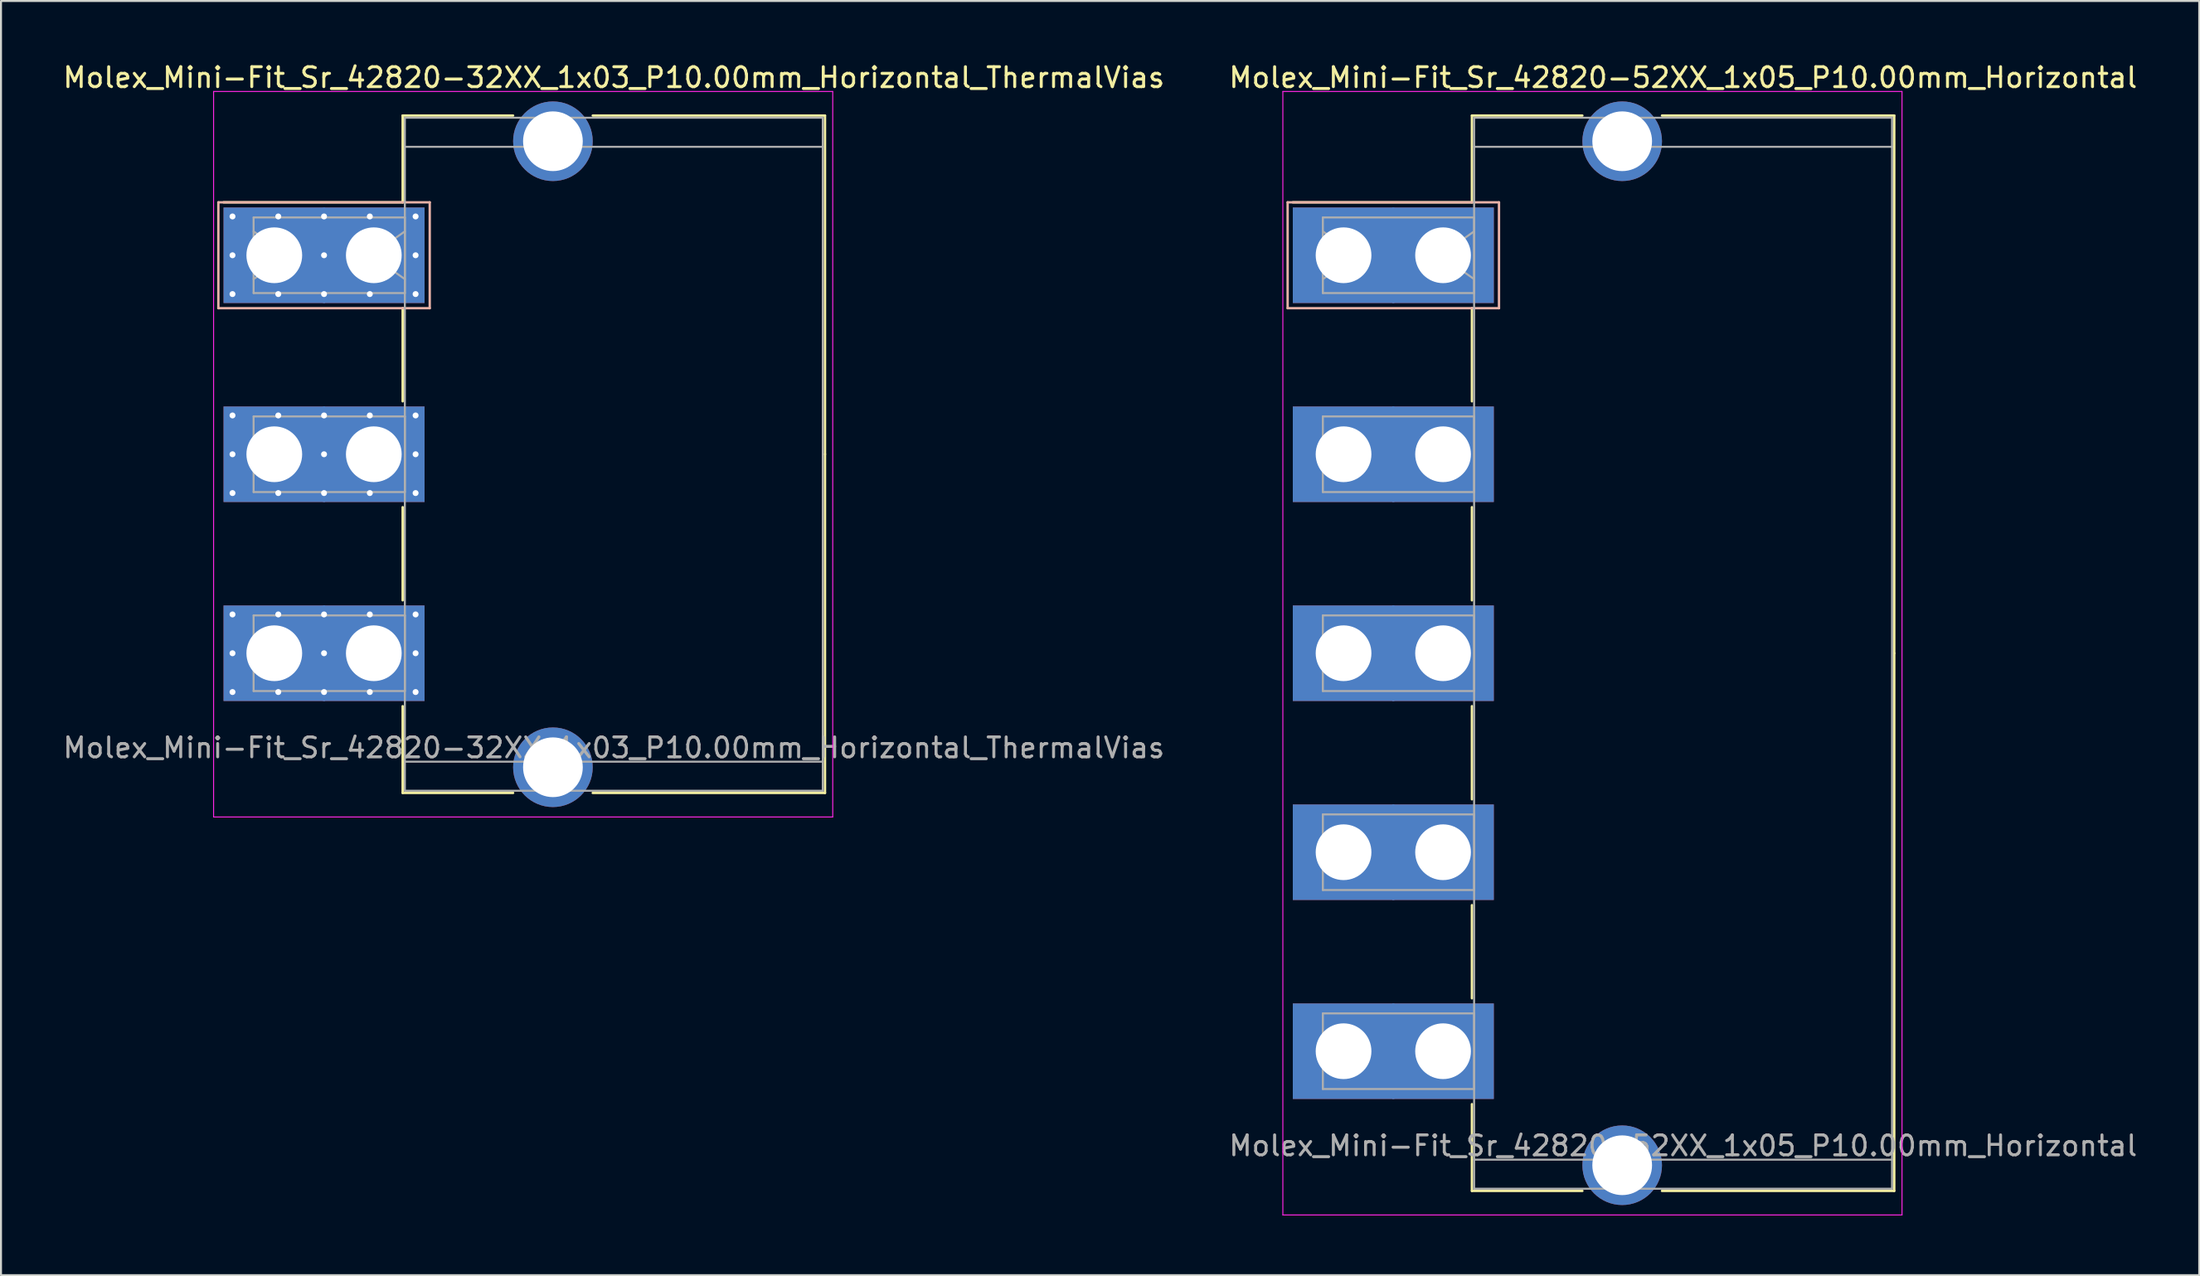
<source format=kicad_pcb>
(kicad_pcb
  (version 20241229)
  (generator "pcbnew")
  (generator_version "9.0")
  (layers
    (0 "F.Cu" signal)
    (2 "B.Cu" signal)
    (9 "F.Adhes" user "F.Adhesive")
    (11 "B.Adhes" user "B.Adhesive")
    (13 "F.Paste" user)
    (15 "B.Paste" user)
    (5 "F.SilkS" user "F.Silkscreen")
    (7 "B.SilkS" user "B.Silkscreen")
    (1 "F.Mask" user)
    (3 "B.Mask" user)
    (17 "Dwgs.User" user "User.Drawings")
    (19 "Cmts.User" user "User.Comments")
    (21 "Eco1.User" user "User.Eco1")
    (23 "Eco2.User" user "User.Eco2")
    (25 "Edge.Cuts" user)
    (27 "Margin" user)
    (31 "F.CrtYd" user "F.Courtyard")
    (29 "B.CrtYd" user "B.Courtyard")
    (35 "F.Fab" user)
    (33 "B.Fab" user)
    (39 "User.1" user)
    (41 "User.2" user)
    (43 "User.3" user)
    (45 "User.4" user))
  (footprint "Molex_Mini-Fit_Sr_42820-32XX_1x03_P10.00mm_Horizontal_ThermalVias"
    (layer "F.Cu")
    (at 10.732 9.778)
    (property "Reference" "Molex_Mini-Fit_Sr_42820-32XX_1x03_P10.00mm_Horizontal_ThermalVias" (at 17.06 -8.93 0) (layer "F.SilkS") (effects (font (size 1 1) (thickness 0.15))))
    (attr through_hole)
    (fp_line (start 6.45 -7.02) (end 12 -7.02) (stroke (width 0.12) (type solid)) (layer "F.SilkS"))
    (fp_line (start 6.45 -2.66) (end -2.55 -2.66) (stroke (width 0.12) (type solid)) (layer "F.SilkS"))
    (fp_line (start 6.45 -2.66) (end 6.45 -7.02) (stroke (width 0.12) (type solid)) (layer "F.SilkS"))
    (fp_line (start 6.45 2.66) (end 6.45 7.34) (stroke (width 0.12) (type solid)) (layer "F.SilkS"))
    (fp_line (start 6.45 12.66) (end 6.45 17.34) (stroke (width 0.12) (type solid)) (layer "F.SilkS"))
    (fp_line (start 6.45 22.66) (end 6.45 27.02) (stroke (width 0.12) (type solid)) (layer "F.SilkS"))
    (fp_line (start 6.45 27.02) (end 12 27.02) (stroke (width 0.12) (type solid)) (layer "F.SilkS"))
    (fp_line (start 16 -7.02) (end 27.67 -7.02) (stroke (width 0.12) (type solid)) (layer "F.SilkS"))
    (fp_line (start 16 27.02) (end 27.67 27.02) (stroke (width 0.12) (type solid)) (layer "F.SilkS"))
    (fp_line (start 27.67 -7.02) (end 27.67 10) (stroke (width 0.12) (type solid)) (layer "F.SilkS"))
    (fp_line (start 27.67 27.02) (end 27.67 10) (stroke (width 0.12) (type solid)) (layer "F.SilkS"))
    (fp_line (start -2.81 -2.66) (end -2.81 2.66) (stroke (width 0.12) (type solid)) (layer "B.SilkS"))
    (fp_line (start -2.81 2.66) (end 7.81 2.66) (stroke (width 0.12) (type solid)) (layer "B.SilkS"))
    (fp_line (start 7.81 -2.66) (end -2.81 -2.66) (stroke (width 0.12) (type solid)) (layer "B.SilkS"))
    (fp_line (start 7.81 2.66) (end 7.81 -2.66) (stroke (width 0.12) (type solid)) (layer "B.SilkS"))
    (fp_line (start -3.05 -8.23) (end -3.05 28.23) (stroke (width 0.05) (type solid)) (layer "F.CrtYd"))
    (fp_line (start -3.05 28.23) (end 28.06 28.23) (stroke (width 0.05) (type solid)) (layer "F.CrtYd"))
    (fp_line (start 28.06 -8.23) (end -3.05 -8.23) (stroke (width 0.05) (type solid)) (layer "F.CrtYd"))
    (fp_line (start 28.06 28.23) (end 28.06 -8.23) (stroke (width 0.05) (type solid)) (layer "F.CrtYd"))
    (fp_line (start -1.04 -1.9) (end 6.56 -1.9) (stroke (width 0.1) (type solid)) (layer "F.Fab"))
    (fp_line (start -1.04 -1.2) (end 0.657 0) (stroke (width 0.1) (type solid)) (layer "F.Fab"))
    (fp_line (start -1.04 1.9) (end -1.04 -1.9) (stroke (width 0.1) (type solid)) (layer "F.Fab"))
    (fp_line (start -1.04 8.1) (end 6.56 8.1) (stroke (width 0.1) (type solid)) (layer "F.Fab"))
    (fp_line (start -1.04 11.9) (end -1.04 8.1) (stroke (width 0.1) (type solid)) (layer "F.Fab"))
    (fp_line (start -1.04 18.1) (end 6.56 18.1) (stroke (width 0.1) (type solid)) (layer "F.Fab"))
    (fp_line (start -1.04 21.9) (end -1.04 18.1) (stroke (width 0.1) (type solid)) (layer "F.Fab"))
    (fp_line (start 0.657 0) (end -1.04 1.2) (stroke (width 0.1) (type solid)) (layer "F.Fab"))
    (fp_line (start 4.863 0) (end 6.56 1.2) (stroke (width 0.1) (type solid)) (layer "F.Fab"))
    (fp_line (start 6.56 -6.91) (end 6.56 26.91) (stroke (width 0.1) (type solid)) (layer "F.Fab"))
    (fp_line (start 6.56 -5.45) (end 27.56 -5.45) (stroke (width 0.1) (type solid)) (layer "F.Fab"))
    (fp_line (start 6.56 -1.9) (end 6.56 1.9) (stroke (width 0.1) (type solid)) (layer "F.Fab"))
    (fp_line (start 6.56 -1.2) (end 4.863 0) (stroke (width 0.1) (type solid)) (layer "F.Fab"))
    (fp_line (start 6.56 1.9) (end -1.04 1.9) (stroke (width 0.1) (type solid)) (layer "F.Fab"))
    (fp_line (start 6.56 8.1) (end 6.56 11.9) (stroke (width 0.1) (type solid)) (layer "F.Fab"))
    (fp_line (start 6.56 11.9) (end -1.04 11.9) (stroke (width 0.1) (type solid)) (layer "F.Fab"))
    (fp_line (start 6.56 18.1) (end 6.56 21.9) (stroke (width 0.1) (type solid)) (layer "F.Fab"))
    (fp_line (start 6.56 21.9) (end -1.04 21.9) (stroke (width 0.1) (type solid)) (layer "F.Fab"))
    (fp_line (start 6.56 25.45) (end 27.56 25.45) (stroke (width 0.1) (type solid)) (layer "F.Fab"))
    (fp_line (start 6.56 26.91) (end 27.56 26.91) (stroke (width 0.1) (type solid)) (layer "F.Fab"))
    (fp_line (start 27.56 -6.91) (end 6.56 -6.91) (stroke (width 0.1) (type solid)) (layer "F.Fab"))
    (fp_line (start 27.56 26.91) (end 27.56 -6.91) (stroke (width 0.1) (type solid)) (layer "F.Fab"))
    (fp_text user "${REFERENCE}" (at 17.06 24.75 0) (layer "F.Fab") (effects (font (size 1 1) (thickness 0.15))))
    (pad "" thru_hole circle (at 14 -5.73) (size 4 4) (drill 3) (layers "*.Cu" "*.Mask"))
    (pad "" thru_hole circle (at 14 25.73) (size 4 4) (drill 3) (layers "*.Cu" "*.Mask"))
    (pad "1" thru_hole roundrect (at -2.1 -1.95) (size 0.6 0.6) (drill 0.3) (layers "*.Cu" "*.Mask") (roundrect_rratio 0.25))
    (pad "1" thru_hole roundrect (at -2.1 0) (size 0.6 0.6) (drill 0.3) (layers "*.Cu" "*.Mask") (roundrect_rratio 0.25))
    (pad "1" thru_hole roundrect (at -2.1 1.95) (size 0.6 0.6) (drill 0.3) (layers "*.Cu" "*.Mask") (roundrect_rratio 0.25))
    (pad "1" thru_hole rect (at 0 0) (size 5.1 4.8) (drill 2.8) (layers "*.Cu" "*.Mask"))
    (pad "1" thru_hole roundrect (at 0.2 -1.95) (size 0.6 0.6) (drill 0.3) (layers "*.Cu" "*.Mask") (roundrect_rratio 0.25))
    (pad "1" thru_hole roundrect (at 0.2 1.95) (size 0.6 0.6) (drill 0.3) (layers "*.Cu" "*.Mask") (roundrect_rratio 0.25))
    (pad "1" thru_hole roundrect (at 2.5 -1.95) (size 0.6 0.6) (drill 0.3) (layers "*.Cu" "*.Mask") (roundrect_rratio 0.25))
    (pad "1" thru_hole roundrect (at 2.5 0) (size 0.6 0.6) (drill 0.3) (layers "*.Cu" "*.Mask") (roundrect_rratio 0.25))
    (pad "1" thru_hole roundrect (at 2.5 1.95) (size 0.6 0.6) (drill 0.3) (layers "*.Cu" "*.Mask") (roundrect_rratio 0.25))
    (pad "1" thru_hole roundrect (at 4.8 -1.95) (size 0.6 0.6) (drill 0.3) (layers "*.Cu" "*.Mask") (roundrect_rratio 0.25))
    (pad "1" thru_hole roundrect (at 4.8 1.95) (size 0.6 0.6) (drill 0.3) (layers "*.Cu" "*.Mask") (roundrect_rratio 0.25))
    (pad "1" thru_hole rect (at 5 0) (size 5.1 4.8) (drill 2.8) (layers "*.Cu" "*.Mask"))
    (pad "1" thru_hole roundrect (at 7.1 -1.95) (size 0.6 0.6) (drill 0.3) (layers "*.Cu" "*.Mask") (roundrect_rratio 0.25))
    (pad "1" thru_hole roundrect (at 7.1 0) (size 0.6 0.6) (drill 0.3) (layers "*.Cu" "*.Mask") (roundrect_rratio 0.25))
    (pad "1" thru_hole roundrect (at 7.1 1.95) (size 0.6 0.6) (drill 0.3) (layers "*.Cu" "*.Mask") (roundrect_rratio 0.25))
    (pad "2" thru_hole circle (at -2.1 8.05) (size 0.6 0.6) (drill 0.3) (layers "*.Cu" "*.Mask"))
    (pad "2" thru_hole circle (at -2.1 10) (size 0.6 0.6) (drill 0.3) (layers "*.Cu" "*.Mask"))
    (pad "2" thru_hole circle (at -2.1 11.95) (size 0.6 0.6) (drill 0.3) (layers "*.Cu" "*.Mask"))
    (pad "2" thru_hole rect (at 0 10) (size 5.1 4.8) (drill 2.8) (layers "*.Cu" "*.Mask"))
    (pad "2" thru_hole circle (at 0.2 8.05) (size 0.6 0.6) (drill 0.3) (layers "*.Cu" "*.Mask"))
    (pad "2" thru_hole circle (at 0.2 11.95) (size 0.6 0.6) (drill 0.3) (layers "*.Cu" "*.Mask"))
    (pad "2" thru_hole circle (at 2.5 8.05) (size 0.6 0.6) (drill 0.3) (layers "*.Cu" "*.Mask"))
    (pad "2" thru_hole circle (at 2.5 10) (size 0.6 0.6) (drill 0.3) (layers "*.Cu" "*.Mask"))
    (pad "2" thru_hole circle (at 2.5 11.95) (size 0.6 0.6) (drill 0.3) (layers "*.Cu" "*.Mask"))
    (pad "2" thru_hole circle (at 4.8 8.05) (size 0.6 0.6) (drill 0.3) (layers "*.Cu" "*.Mask"))
    (pad "2" thru_hole circle (at 4.8 11.95) (size 0.6 0.6) (drill 0.3) (layers "*.Cu" "*.Mask"))
    (pad "2" thru_hole rect (at 5 10) (size 5.1 4.8) (drill 2.8) (layers "*.Cu" "*.Mask"))
    (pad "2" thru_hole circle (at 7.1 8.05) (size 0.6 0.6) (drill 0.3) (layers "*.Cu" "*.Mask"))
    (pad "2" thru_hole circle (at 7.1 10) (size 0.6 0.6) (drill 0.3) (layers "*.Cu" "*.Mask"))
    (pad "2" thru_hole circle (at 7.1 11.95) (size 0.6 0.6) (drill 0.3) (layers "*.Cu" "*.Mask"))
    (pad "3" thru_hole circle (at -2.1 18.05) (size 0.6 0.6) (drill 0.3) (layers "*.Cu" "*.Mask"))
    (pad "3" thru_hole circle (at -2.1 20) (size 0.6 0.6) (drill 0.3) (layers "*.Cu" "*.Mask"))
    (pad "3" thru_hole circle (at -2.1 21.95) (size 0.6 0.6) (drill 0.3) (layers "*.Cu" "*.Mask"))
    (pad "3" thru_hole rect (at 0 20) (size 5.1 4.8) (drill 2.8) (layers "*.Cu" "*.Mask"))
    (pad "3" thru_hole circle (at 0.2 18.05) (size 0.6 0.6) (drill 0.3) (layers "*.Cu" "*.Mask"))
    (pad "3" thru_hole circle (at 0.2 21.95) (size 0.6 0.6) (drill 0.3) (layers "*.Cu" "*.Mask"))
    (pad "3" thru_hole circle (at 2.5 18.05) (size 0.6 0.6) (drill 0.3) (layers "*.Cu" "*.Mask"))
    (pad "3" thru_hole circle (at 2.5 20) (size 0.6 0.6) (drill 0.3) (layers "*.Cu" "*.Mask"))
    (pad "3" thru_hole circle (at 2.5 21.95) (size 0.6 0.6) (drill 0.3) (layers "*.Cu" "*.Mask"))
    (pad "3" thru_hole circle (at 4.8 18.05) (size 0.6 0.6) (drill 0.3) (layers "*.Cu" "*.Mask"))
    (pad "3" thru_hole circle (at 4.8 21.95) (size 0.6 0.6) (drill 0.3) (layers "*.Cu" "*.Mask"))
    (pad "3" thru_hole rect (at 5 20) (size 5.1 4.8) (drill 2.8) (layers "*.Cu" "*.Mask"))
    (pad "3" thru_hole circle (at 7.1 18.05) (size 0.6 0.6) (drill 0.3) (layers "*.Cu" "*.Mask"))
    (pad "3" thru_hole circle (at 7.1 20) (size 0.6 0.6) (drill 0.3) (layers "*.Cu" "*.Mask"))
    (pad "3" thru_hole circle (at 7.1 21.95) (size 0.6 0.6) (drill 0.3) (layers "*.Cu" "*.Mask")))
  (footprint "Molex_Mini-Fit_Sr_42820-52XX_1x05_P10.00mm_Horizontal"
    (layer "F.Cu")
    (at 64.458 9.778)
    (property "Reference" "Molex_Mini-Fit_Sr_42820-52XX_1x05_P10.00mm_Horizontal" (at 17.06 -8.93 0) (layer "F.SilkS") (effects (font (size 1 1) (thickness 0.15))))
    (attr through_hole)
    (fp_line (start 6.45 -7.02) (end 12 -7.02) (stroke (width 0.12) (type solid)) (layer "F.SilkS"))
    (fp_line (start 6.45 -2.66) (end -2.55 -2.66) (stroke (width 0.12) (type solid)) (layer "F.SilkS"))
    (fp_line (start 6.45 -2.66) (end 6.45 -7.02) (stroke (width 0.12) (type solid)) (layer "F.SilkS"))
    (fp_line (start 6.45 2.66) (end 6.45 7.34) (stroke (width 0.12) (type solid)) (layer "F.SilkS"))
    (fp_line (start 6.45 12.66) (end 6.45 17.34) (stroke (width 0.12) (type solid)) (layer "F.SilkS"))
    (fp_line (start 6.45 22.66) (end 6.45 27.34) (stroke (width 0.12) (type solid)) (layer "F.SilkS"))
    (fp_line (start 6.45 32.66) (end 6.45 37.34) (stroke (width 0.12) (type solid)) (layer "F.SilkS"))
    (fp_line (start 6.45 42.66) (end 6.45 47.02) (stroke (width 0.12) (type solid)) (layer "F.SilkS"))
    (fp_line (start 6.45 47.02) (end 12 47.02) (stroke (width 0.12) (type solid)) (layer "F.SilkS"))
    (fp_line (start 16 -7.02) (end 27.67 -7.02) (stroke (width 0.12) (type solid)) (layer "F.SilkS"))
    (fp_line (start 16 47.02) (end 27.67 47.02) (stroke (width 0.12) (type solid)) (layer "F.SilkS"))
    (fp_line (start 27.67 -7.02) (end 27.67 20) (stroke (width 0.12) (type solid)) (layer "F.SilkS"))
    (fp_line (start 27.67 47.02) (end 27.67 20) (stroke (width 0.12) (type solid)) (layer "F.SilkS"))
    (fp_line (start -2.81 -2.66) (end -2.81 2.66) (stroke (width 0.12) (type solid)) (layer "B.SilkS"))
    (fp_line (start -2.81 2.66) (end 7.81 2.66) (stroke (width 0.12) (type solid)) (layer "B.SilkS"))
    (fp_line (start 7.81 -2.66) (end -2.81 -2.66) (stroke (width 0.12) (type solid)) (layer "B.SilkS"))
    (fp_line (start 7.81 2.66) (end 7.81 -2.66) (stroke (width 0.12) (type solid)) (layer "B.SilkS"))
    (fp_line (start -3.05 -8.23) (end -3.05 48.23) (stroke (width 0.05) (type solid)) (layer "F.CrtYd"))
    (fp_line (start -3.05 48.23) (end 28.06 48.23) (stroke (width 0.05) (type solid)) (layer "F.CrtYd"))
    (fp_line (start 28.06 -8.23) (end -3.05 -8.23) (stroke (width 0.05) (type solid)) (layer "F.CrtYd"))
    (fp_line (start 28.06 48.23) (end 28.06 -8.23) (stroke (width 0.05) (type solid)) (layer "F.CrtYd"))
    (fp_line (start -1.04 -1.9) (end 6.56 -1.9) (stroke (width 0.1) (type solid)) (layer "F.Fab"))
    (fp_line (start -1.04 -1.2) (end 0.657 0) (stroke (width 0.1) (type solid)) (layer "F.Fab"))
    (fp_line (start -1.04 1.9) (end -1.04 -1.9) (stroke (width 0.1) (type solid)) (layer "F.Fab"))
    (fp_line (start -1.04 8.1) (end 6.56 8.1) (stroke (width 0.1) (type solid)) (layer "F.Fab"))
    (fp_line (start -1.04 11.9) (end -1.04 8.1) (stroke (width 0.1) (type solid)) (layer "F.Fab"))
    (fp_line (start -1.04 18.1) (end 6.56 18.1) (stroke (width 0.1) (type solid)) (layer "F.Fab"))
    (fp_line (start -1.04 21.9) (end -1.04 18.1) (stroke (width 0.1) (type solid)) (layer "F.Fab"))
    (fp_line (start -1.04 28.1) (end 6.56 28.1) (stroke (width 0.1) (type solid)) (layer "F.Fab"))
    (fp_line (start -1.04 31.9) (end -1.04 28.1) (stroke (width 0.1) (type solid)) (layer "F.Fab"))
    (fp_line (start -1.04 38.1) (end 6.56 38.1) (stroke (width 0.1) (type solid)) (layer "F.Fab"))
    (fp_line (start -1.04 41.9) (end -1.04 38.1) (stroke (width 0.1) (type solid)) (layer "F.Fab"))
    (fp_line (start 0.657 0) (end -1.04 1.2) (stroke (width 0.1) (type solid)) (layer "F.Fab"))
    (fp_line (start 4.863 0) (end 6.56 1.2) (stroke (width 0.1) (type solid)) (layer "F.Fab"))
    (fp_line (start 6.56 -6.91) (end 6.56 46.91) (stroke (width 0.1) (type solid)) (layer "F.Fab"))
    (fp_line (start 6.56 -5.45) (end 27.56 -5.45) (stroke (width 0.1) (type solid)) (layer "F.Fab"))
    (fp_line (start 6.56 -1.9) (end 6.56 1.9) (stroke (width 0.1) (type solid)) (layer "F.Fab"))
    (fp_line (start 6.56 -1.2) (end 4.863 0) (stroke (width 0.1) (type solid)) (layer "F.Fab"))
    (fp_line (start 6.56 1.9) (end -1.04 1.9) (stroke (width 0.1) (type solid)) (layer "F.Fab"))
    (fp_line (start 6.56 8.1) (end 6.56 11.9) (stroke (width 0.1) (type solid)) (layer "F.Fab"))
    (fp_line (start 6.56 11.9) (end -1.04 11.9) (stroke (width 0.1) (type solid)) (layer "F.Fab"))
    (fp_line (start 6.56 18.1) (end 6.56 21.9) (stroke (width 0.1) (type solid)) (layer "F.Fab"))
    (fp_line (start 6.56 21.9) (end -1.04 21.9) (stroke (width 0.1) (type solid)) (layer "F.Fab"))
    (fp_line (start 6.56 28.1) (end 6.56 31.9) (stroke (width 0.1) (type solid)) (layer "F.Fab"))
    (fp_line (start 6.56 31.9) (end -1.04 31.9) (stroke (width 0.1) (type solid)) (layer "F.Fab"))
    (fp_line (start 6.56 38.1) (end 6.56 41.9) (stroke (width 0.1) (type solid)) (layer "F.Fab"))
    (fp_line (start 6.56 41.9) (end -1.04 41.9) (stroke (width 0.1) (type solid)) (layer "F.Fab"))
    (fp_line (start 6.56 45.45) (end 27.56 45.45) (stroke (width 0.1) (type solid)) (layer "F.Fab"))
    (fp_line (start 6.56 46.91) (end 27.56 46.91) (stroke (width 0.1) (type solid)) (layer "F.Fab"))
    (fp_line (start 27.56 -6.91) (end 6.56 -6.91) (stroke (width 0.1) (type solid)) (layer "F.Fab"))
    (fp_line (start 27.56 46.91) (end 27.56 -6.91) (stroke (width 0.1) (type solid)) (layer "F.Fab"))
    (fp_text user "${REFERENCE}" (at 17.06 44.75 0) (layer "F.Fab") (effects (font (size 1 1) (thickness 0.15))))
    (pad "" thru_hole circle (at 14 -5.73) (size 4 4) (drill 3) (layers "*.Cu" "*.Mask"))
    (pad "" thru_hole circle (at 14 45.73) (size 4 4) (drill 3) (layers "*.Cu" "*.Mask"))
    (pad "1" thru_hole rect (at 0 0) (size 5.1 4.8) (drill 2.8) (layers "*.Cu" "*.Mask"))
    (pad "1" thru_hole rect (at 5 0) (size 5.1 4.8) (drill 2.8) (layers "*.Cu" "*.Mask"))
    (pad "2" thru_hole rect (at 0 10) (size 5.1 4.8) (drill 2.8) (layers "*.Cu" "*.Mask"))
    (pad "2" thru_hole rect (at 5 10) (size 5.1 4.8) (drill 2.8) (layers "*.Cu" "*.Mask"))
    (pad "3" thru_hole rect (at 0 20) (size 5.1 4.8) (drill 2.8) (layers "*.Cu" "*.Mask"))
    (pad "3" thru_hole rect (at 5 20) (size 5.1 4.8) (drill 2.8) (layers "*.Cu" "*.Mask"))
    (pad "4" thru_hole rect (at 0 30) (size 5.1 4.8) (drill 2.8) (layers "*.Cu" "*.Mask"))
    (pad "4" thru_hole rect (at 5 30) (size 5.1 4.8) (drill 2.8) (layers "*.Cu" "*.Mask"))
    (pad "5" thru_hole rect (at 0 40) (size 5.1 4.8) (drill 2.8) (layers "*.Cu" "*.Mask"))
    (pad "5" thru_hole rect (at 5 40) (size 5.1 4.8) (drill 2.8) (layers "*.Cu" "*.Mask")))
  (gr_rect
    (start -3 -3)
    (end 107.452 61.033)
    (stroke (width 0.1) (type default))
    (fill no)
    (layer "Edge.Cuts")))
</source>
